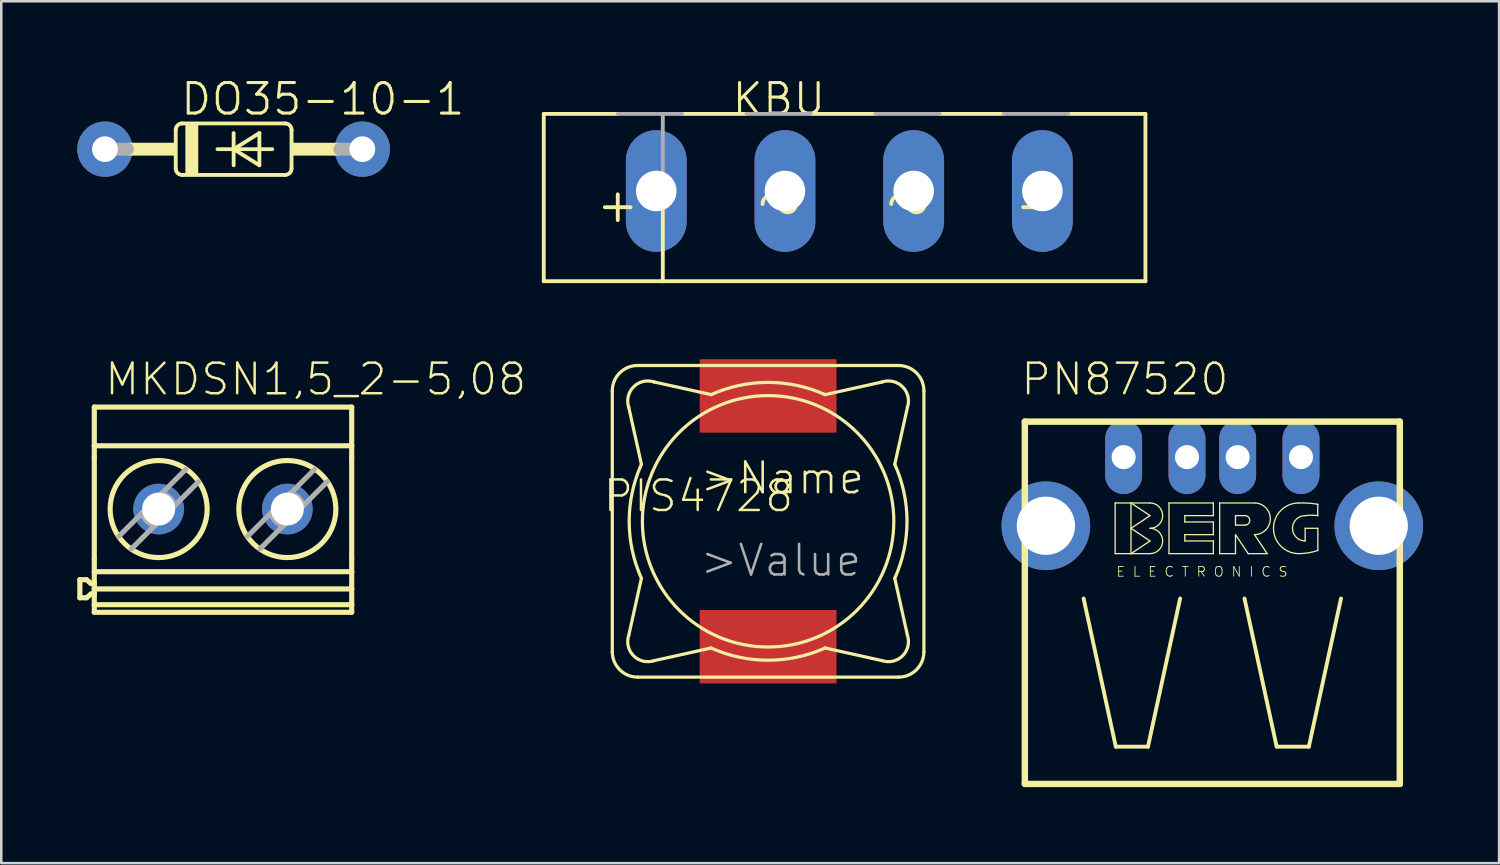
<source format=kicad_pcb>
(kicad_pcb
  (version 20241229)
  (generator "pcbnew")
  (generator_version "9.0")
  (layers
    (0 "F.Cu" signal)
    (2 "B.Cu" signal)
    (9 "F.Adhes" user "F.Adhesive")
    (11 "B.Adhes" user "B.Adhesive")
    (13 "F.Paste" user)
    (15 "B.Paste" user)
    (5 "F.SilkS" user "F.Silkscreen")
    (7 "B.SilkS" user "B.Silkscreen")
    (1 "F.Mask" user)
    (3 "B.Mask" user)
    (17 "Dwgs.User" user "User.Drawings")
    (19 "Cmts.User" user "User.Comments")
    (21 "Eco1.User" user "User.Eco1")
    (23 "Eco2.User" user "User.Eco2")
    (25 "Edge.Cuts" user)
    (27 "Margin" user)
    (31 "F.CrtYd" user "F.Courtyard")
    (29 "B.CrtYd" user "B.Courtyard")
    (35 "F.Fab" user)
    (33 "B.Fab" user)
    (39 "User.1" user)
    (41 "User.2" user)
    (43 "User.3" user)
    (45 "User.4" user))
  (footprint "KBU"
    (layer "F.Cu")
    (at 30.474 7.029)
    (property "Reference" "KBU" (at -4.699 -5.461 180) (layer "F.SilkS") (effects (font (size 1.206 1.206) (thickness 0.121)) (justify left bottom)))
    (attr through_hole)
    (fp_line (start -12.061 -5.583) (end -9.14 -5.583) (stroke (width 0.152) (type solid)) (layer "F.SilkS"))
    (fp_line (start -12.061 1.021) (end -12.061 -5.583) (stroke (width 0.152) (type solid)) (layer "F.SilkS"))
    (fp_line (start -12.061 1.021) (end -7.362 1.021) (stroke (width 0.152) (type solid)) (layer "F.SilkS"))
    (fp_line (start -9.648 -1.9) (end -8.632 -1.9) (stroke (width 0.152) (type solid)) (layer "F.SilkS"))
    (fp_line (start -9.14 -1.392) (end -9.14 -2.408) (stroke (width 0.152) (type solid)) (layer "F.SilkS"))
    (fp_line (start -7.362 -2.662) (end -7.362 1.021) (stroke (width 0.152) (type solid)) (layer "F.SilkS"))
    (fp_line (start -7.362 1.021) (end 11.688 1.021) (stroke (width 0.152) (type solid)) (layer "F.SilkS"))
    (fp_line (start -4.06 -5.583) (end -6.6 -5.583) (stroke (width 0.152) (type solid)) (layer "F.SilkS"))
    (fp_line (start -1.52 -5.583) (end 1.02 -5.583) (stroke (width 0.152) (type solid)) (layer "F.SilkS"))
    (fp_line (start 3.56 -5.583) (end 6.1 -5.583) (stroke (width 0.152) (type solid)) (layer "F.SilkS"))
    (fp_line (start 6.862 -1.9) (end 7.878 -1.9) (stroke (width 0.152) (type solid)) (layer "F.SilkS"))
    (fp_line (start 8.64 -5.583) (end 11.688 -5.583) (stroke (width 0.152) (type solid)) (layer "F.SilkS"))
    (fp_line (start 11.688 -5.583) (end 11.688 1.021) (stroke (width 0.152) (type solid)) (layer "F.SilkS"))
    (fp_arc (start -3.425 -2.027) (mid -3.094799 -2.357199) (end -2.7646 -2.026998) (stroke (width 0.1524) (type solid)) (layer "F.SilkS"))
    (fp_arc (start -2.1042 -2.027) (mid -2.4344 -1.6968) (end -2.7646 -2.027) (stroke (width 0.1524) (type solid)) (layer "F.SilkS"))
    (fp_arc (start 1.655 -2.027) (mid 1.985201 -2.357199) (end 2.3154 -2.026998) (stroke (width 0.1524) (type solid)) (layer "F.SilkS"))
    (fp_arc (start 2.9758 -2.027) (mid 2.6456 -1.6968) (end 2.3154 -2.027) (stroke (width 0.1524) (type solid)) (layer "F.SilkS"))
    (fp_line (start -9.14 -5.583) (end -7.362 -5.583) (stroke (width 0.152) (type solid)) (layer "F.Fab"))
    (fp_line (start -7.362 -5.583) (end -7.362 -2.662) (stroke (width 0.152) (type solid)) (layer "F.Fab"))
    (fp_line (start -7.362 -5.583) (end -6.6 -5.583) (stroke (width 0.152) (type solid)) (layer "F.Fab"))
    (fp_line (start -1.52 -5.583) (end -4.06 -5.583) (stroke (width 0.152) (type solid)) (layer "F.Fab"))
    (fp_line (start 3.56 -5.583) (end 1.02 -5.583) (stroke (width 0.152) (type solid)) (layer "F.Fab"))
    (fp_line (start 8.64 -5.583) (end 6.1 -5.583) (stroke (width 0.152) (type solid)) (layer "F.Fab"))
    (pad "+" thru_hole oval (at -7.62 -2.54 90) (size 4.801 2.4) (drill 1.6) (layers "*.Cu" "*.Mask"))
    (pad "-" thru_hole oval (at 7.62 -2.54 90) (size 4.801 2.4) (drill 1.6) (layers "*.Cu" "*.Mask"))
    (pad "AC1" thru_hole oval (at -2.54 -2.54 90) (size 4.801 2.4) (drill 1.6) (layers "*.Cu" "*.Mask"))
    (pad "AC2" thru_hole oval (at 2.54 -2.54 90) (size 4.801 2.4) (drill 1.6) (layers "*.Cu" "*.Mask")))
  (footprint "PIS4728"
    (layer "F.Cu")
    (at 27.268 17.527)
    (property "Reference" "PIS4728" (at -2.75 -1 0) (layer "F.SilkS") (effects (font (size 1.206 1.206) (thickness 0.097))))
    (attr through_hole)
    (fp_line (start -6.15 5.15) (end -6.15 -5.15) (stroke (width 0.127) (type solid)) (layer "F.SilkS"))
    (fp_line (start -5.15 -6.15) (end 5.15 -6.15) (stroke (width 0.127) (type solid)) (layer "F.SilkS"))
    (fp_line (start -5 -2.25) (end -5.5 -4.5) (stroke (width 0.127) (type solid)) (layer "F.SilkS"))
    (fp_line (start -5 2.25) (end -5.5 4.5) (stroke (width 0.127) (type solid)) (layer "F.SilkS"))
    (fp_line (start -2.25 -5) (end -4.5 -5.5) (stroke (width 0.127) (type solid)) (layer "F.SilkS"))
    (fp_line (start -2.25 5) (end -4.5 5.5) (stroke (width 0.127) (type solid)) (layer "F.SilkS"))
    (fp_line (start 2.25 -5) (end 4.5 -5.5) (stroke (width 0.127) (type solid)) (layer "F.SilkS"))
    (fp_line (start 2.25 5) (end 4.5 5.5) (stroke (width 0.127) (type solid)) (layer "F.SilkS"))
    (fp_line (start 5 -2.25) (end 5.5 -4.5) (stroke (width 0.127) (type solid)) (layer "F.SilkS"))
    (fp_line (start 5 2.25) (end 5.5 4.5) (stroke (width 0.127) (type solid)) (layer "F.SilkS"))
    (fp_line (start 5.15 6.15) (end -5.15 6.15) (stroke (width 0.127) (type solid)) (layer "F.SilkS"))
    (fp_line (start 6.15 -5.15) (end 6.15 5.15) (stroke (width 0.127) (type solid)) (layer "F.SilkS"))
    (fp_arc (start -6.15 -5.15) (mid -5.857107 -5.857107) (end -5.15 -6.15) (stroke (width 0.127) (type solid)) (layer "F.SilkS"))
    (fp_arc (start -5.5 -4.5) (mid -5.309017 -5.309017) (end -4.5 -5.5) (stroke (width 0.127) (type solid)) (layer "F.SilkS"))
    (fp_arc (start -5.15 6.15) (mid -5.857107 5.857107) (end -6.15 5.15) (stroke (width 0.127) (type solid)) (layer "F.SilkS"))
    (fp_arc (start -5 2.25) (mid -5.482928 0) (end -5 -2.25) (stroke (width 0.127) (type solid)) (layer "F.SilkS"))
    (fp_arc (start -4.5 5.5) (mid -5.309017 5.309017) (end -5.5 4.5) (stroke (width 0.127) (type solid)) (layer "F.SilkS"))
    (fp_arc (start -2.25 -5) (mid 0 -5.482928) (end 2.25 -5) (stroke (width 0.127) (type solid)) (layer "F.SilkS"))
    (fp_arc (start 2.25 5) (mid 0 5.482928) (end -2.25 5) (stroke (width 0.127) (type solid)) (layer "F.SilkS"))
    (fp_arc (start 4.5 -5.5) (mid 5.309017 -5.309017) (end 5.5 -4.5) (stroke (width 0.127) (type solid)) (layer "F.SilkS"))
    (fp_arc (start 5 -2.25) (mid 5.482928 0) (end 5 2.25) (stroke (width 0.127) (type solid)) (layer "F.SilkS"))
    (fp_arc (start 5.15 -6.15) (mid 5.857107 -5.857107) (end 6.15 -5.15) (stroke (width 0.127) (type solid)) (layer "F.SilkS"))
    (fp_arc (start 5.5 4.5) (mid 5.309017 5.309017) (end 4.5 5.5) (stroke (width 0.127) (type solid)) (layer "F.SilkS"))
    (fp_arc (start 6.15 5.15) (mid 5.857107 5.857107) (end 5.15 6.15) (stroke (width 0.127) (type solid)) (layer "F.SilkS"))
    (fp_circle (center 0 0) (end 4.962 0) (stroke (width 0.127) (type solid)) (fill no) (layer "F.SilkS"))
    (fp_text user ">Name" (at -2.75 -1 0) (layer "F.SilkS") (effects (font (size 1.206 1.206) (thickness 0.102)) (justify left bottom)))
    (fp_text user ">Value" (at -2.75 2.25 0) (layer "F.Fab") (effects (font (size 1.206 1.206) (thickness 0.102)) (justify left bottom)))
    (pad "P$1" smd rect (at 0 -4.95) (size 5.4 2.9) (layers "F.Cu" "F.Mask" "F.Paste"))
    (pad "P$2" smd rect (at 0 4.95) (size 5.4 2.9) (layers "F.Cu" "F.Mask" "F.Paste")))
  (footprint "DO35-10-1"
    (layer "F.Cu")
    (at 6.172 2.838)
    (property "Reference" "DO35-10-1" (at -2.159 -1.27 180) (layer "F.SilkS") (effects (font (size 1.206 1.206) (thickness 0.121)) (justify left bottom)))
    (attr through_hole)
    (fp_line (start -2.286 -0.762) (end -2.286 0.762) (stroke (width 0.152) (type solid)) (layer "F.SilkS"))
    (fp_line (start -2.032 -1.016) (end 2.032 -1.016) (stroke (width 0.152) (type solid)) (layer "F.SilkS"))
    (fp_line (start -2.032 1.016) (end 2.032 1.016) (stroke (width 0.152) (type solid)) (layer "F.SilkS"))
    (fp_line (start -0.635 0) (end 0 0) (stroke (width 0.152) (type solid)) (layer "F.SilkS"))
    (fp_line (start 0 -0.635) (end 0 0) (stroke (width 0.152) (type solid)) (layer "F.SilkS"))
    (fp_line (start 0 0) (end 0 0.635) (stroke (width 0.152) (type solid)) (layer "F.SilkS"))
    (fp_line (start 0 0) (end 1.016 -0.635) (stroke (width 0.152) (type solid)) (layer "F.SilkS"))
    (fp_line (start 0 0) (end 1.524 0) (stroke (width 0.152) (type solid)) (layer "F.SilkS"))
    (fp_line (start 1.016 -0.635) (end 1.016 0.635) (stroke (width 0.152) (type solid)) (layer "F.SilkS"))
    (fp_line (start 1.016 0.635) (end 0 0) (stroke (width 0.152) (type solid)) (layer "F.SilkS"))
    (fp_line (start 2.286 0.762) (end 2.286 -0.762) (stroke (width 0.152) (type solid)) (layer "F.SilkS"))
    (fp_arc (start -2.286 -0.762) (mid -2.211605 -0.941605) (end -2.032 -1.016) (stroke (width 0.1524) (type solid)) (layer "F.SilkS"))
    (fp_arc (start -2.032 1.016) (mid -2.211605 0.941605) (end -2.286 0.762) (stroke (width 0.1524) (type solid)) (layer "F.SilkS"))
    (fp_arc (start 2.032 -1.016) (mid 2.211605 -0.941605) (end 2.286 -0.762) (stroke (width 0.1524) (type solid)) (layer "F.SilkS"))
    (fp_arc (start 2.286 0.762) (mid 2.211605 0.941605) (end 2.032 1.016) (stroke (width 0.1524) (type solid)) (layer "F.SilkS"))
    (fp_poly (pts (xy -4.191 0.254) (xy -2.286 0.254) (xy -2.286 -0.254) (xy -4.191 -0.254)) (stroke (width 0) (type solid)) (fill yes) (layer "F.SilkS"))
    (fp_poly (pts (xy -1.905 1.016) (xy -1.397 1.016) (xy -1.397 -1.016) (xy -1.905 -1.016)) (stroke (width 0) (type solid)) (fill yes) (layer "F.SilkS"))
    (fp_poly (pts (xy 2.286 0.254) (xy 4.191 0.254) (xy 4.191 -0.254) (xy 2.286 -0.254)) (stroke (width 0) (type solid)) (fill yes) (layer "F.SilkS"))
    (fp_line (start -5.08 0) (end -4.191 0) (stroke (width 0.508) (type solid)) (layer "F.Fab"))
    (fp_line (start 5.08 0) (end 4.191 0) (stroke (width 0.508) (type solid)) (layer "F.Fab"))
    (pad "A" thru_hole circle (at 5.08 0) (size 2.184 2.184) (drill 1.016) (layers "*.Cu" "*.Mask"))
    (pad "C" thru_hole circle (at -5.08 0) (size 2.184 2.184) (drill 1.016) (layers "*.Cu" "*.Mask")))
  (footprint "PN87520"
    (layer "F.Cu")
    (at 44.802 17.703)
    (property "Reference" "PN87520" (at -7.62 -5.08 0) (layer "F.SilkS") (effects (font (size 1.206 1.206) (thickness 0.097)) (justify left bottom)))
    (attr through_hole)
    (fp_line (start -7.4 -4.11) (end -7.4 10.19) (stroke (width 0.254) (type solid)) (layer "F.SilkS"))
    (fp_line (start -7.4 10.19) (end 7.4 10.19) (stroke (width 0.254) (type solid)) (layer "F.SilkS"))
    (fp_line (start -5.08 2.87) (end -3.81 8.72) (stroke (width 0.152) (type solid)) (layer "F.SilkS"))
    (fp_line (start -3.835 -0.9) (end -3.835 1.1) (stroke (width 0.051) (type solid)) (layer "F.SilkS"))
    (fp_line (start -3.835 1.1) (end -3.21 1.1) (stroke (width 0.051) (type solid)) (layer "F.SilkS"))
    (fp_line (start -3.81 8.72) (end -2.54 8.72) (stroke (width 0.152) (type solid)) (layer "F.SilkS"))
    (fp_line (start -3.21 -0.9) (end -3.835 -0.9) (stroke (width 0.051) (type solid)) (layer "F.SilkS"))
    (fp_line (start -3.21 -0.9) (end -2.46 -0.4) (stroke (width 0.051) (type solid)) (layer "F.SilkS"))
    (fp_line (start -3.21 0.1) (end -3.21 -0.9) (stroke (width 0.051) (type solid)) (layer "F.SilkS"))
    (fp_line (start -3.21 0.1) (end -2.46 0.6) (stroke (width 0.051) (type solid)) (layer "F.SilkS"))
    (fp_line (start -3.21 1.1) (end -3.21 0.1) (stroke (width 0.051) (type solid)) (layer "F.SilkS"))
    (fp_line (start -2.54 8.72) (end -1.27 2.87) (stroke (width 0.152) (type solid)) (layer "F.SilkS"))
    (fp_line (start -2.46 -0.9) (end -3.21 -0.9) (stroke (width 0.051) (type solid)) (layer "F.SilkS"))
    (fp_line (start -2.46 -0.4) (end -3.21 0.1) (stroke (width 0.051) (type solid)) (layer "F.SilkS"))
    (fp_line (start -2.46 0.6) (end -3.21 1.1) (stroke (width 0.051) (type solid)) (layer "F.SilkS"))
    (fp_line (start -2.46 1.1) (end -3.21 1.1) (stroke (width 0.051) (type solid)) (layer "F.SilkS"))
    (fp_line (start -1.71 -0.9) (end -1.71 1.1) (stroke (width 0.051) (type solid)) (layer "F.SilkS"))
    (fp_line (start -1.71 1.1) (end 0.04 1.1) (stroke (width 0.051) (type solid)) (layer "F.SilkS"))
    (fp_line (start -1.085 -0.4) (end 0.04 -0.4) (stroke (width 0.051) (type solid)) (layer "F.SilkS"))
    (fp_line (start -1.085 -0.15) (end -1.085 -0.4) (stroke (width 0.051) (type solid)) (layer "F.SilkS"))
    (fp_line (start -1.085 0.35) (end 0.04 0.35) (stroke (width 0.051) (type solid)) (layer "F.SilkS"))
    (fp_line (start -1.085 0.6) (end -1.085 0.35) (stroke (width 0.051) (type solid)) (layer "F.SilkS"))
    (fp_line (start 0.04 -0.9) (end -1.71 -0.9) (stroke (width 0.051) (type solid)) (layer "F.SilkS"))
    (fp_line (start 0.04 -0.4) (end 0.04 -0.9) (stroke (width 0.051) (type solid)) (layer "F.SilkS"))
    (fp_line (start 0.04 -0.15) (end -1.085 -0.15) (stroke (width 0.051) (type solid)) (layer "F.SilkS"))
    (fp_line (start 0.04 0.35) (end 0.04 -0.15) (stroke (width 0.051) (type solid)) (layer "F.SilkS"))
    (fp_line (start 0.04 0.6) (end -1.085 0.6) (stroke (width 0.051) (type solid)) (layer "F.SilkS"))
    (fp_line (start 0.04 1.1) (end 0.04 0.6) (stroke (width 0.051) (type solid)) (layer "F.SilkS"))
    (fp_line (start 0.29 -0.9) (end 0.29 1.1) (stroke (width 0.051) (type solid)) (layer "F.SilkS"))
    (fp_line (start 0.29 -0.9) (end 1.665 -0.9) (stroke (width 0.051) (type solid)) (layer "F.SilkS"))
    (fp_line (start 0.29 1.1) (end 0.915 1.1) (stroke (width 0.051) (type solid)) (layer "F.SilkS"))
    (fp_line (start 0.915 -0.4) (end 0.915 -0.025) (stroke (width 0.051) (type solid)) (layer "F.SilkS"))
    (fp_line (start 0.915 -0.4) (end 1.29 -0.4) (stroke (width 0.051) (type solid)) (layer "F.SilkS"))
    (fp_line (start 0.915 -0.025) (end 1.29 -0.025) (stroke (width 0.051) (type solid)) (layer "F.SilkS"))
    (fp_line (start 0.915 0.35) (end 1.415 1.1) (stroke (width 0.051) (type solid)) (layer "F.SilkS"))
    (fp_line (start 0.915 1.1) (end 0.915 0.35) (stroke (width 0.051) (type solid)) (layer "F.SilkS"))
    (fp_line (start 1.27 2.87) (end 2.54 8.72) (stroke (width 0.152) (type solid)) (layer "F.SilkS"))
    (fp_line (start 1.415 1.1) (end 2.165 1.1) (stroke (width 0.051) (type solid)) (layer "F.SilkS"))
    (fp_line (start 2.165 1.1) (end 1.665 0.35) (stroke (width 0.051) (type solid)) (layer "F.SilkS"))
    (fp_line (start 2.54 8.72) (end 3.81 8.72) (stroke (width 0.152) (type solid)) (layer "F.SilkS"))
    (fp_line (start 3.665 0.1) (end 3.665 0.6) (stroke (width 0.051) (type solid)) (layer "F.SilkS"))
    (fp_line (start 3.665 0.1) (end 4.165 0.1) (stroke (width 0.051) (type solid)) (layer "F.SilkS"))
    (fp_line (start 3.81 8.72) (end 5.08 2.87) (stroke (width 0.152) (type solid)) (layer "F.SilkS"))
    (fp_line (start 4.16 -0.4) (end 4.16 -0.845) (stroke (width 0.051) (type solid)) (layer "F.SilkS"))
    (fp_line (start 4.165 0.1) (end 4.165 0.975) (stroke (width 0.051) (type solid)) (layer "F.SilkS"))
    (fp_line (start 7.4 -4.11) (end -7.4 -4.11) (stroke (width 0.254) (type solid)) (layer "F.SilkS"))
    (fp_line (start 7.4 10.19) (end 7.4 -4.11) (stroke (width 0.254) (type solid)) (layer "F.SilkS"))
    (fp_arc (start -2.46 -0.9) (mid -1.96 -0.4) (end -2.46 0.1) (stroke (width 0.0508) (type solid)) (layer "F.SilkS"))
    (fp_arc (start -2.46 0.1) (mid -1.96 0.6) (end -2.46 1.1) (stroke (width 0.0508) (type solid)) (layer "F.SilkS"))
    (fp_arc (start 1.29 -0.4) (mid 1.4775 -0.2125) (end 1.29 -0.025) (stroke (width 0.0508) (type solid)) (layer "F.SilkS"))
    (fp_arc (start 1.665 -0.9) (mid 2.29 -0.275) (end 1.665 0.35) (stroke (width 0.0508) (type solid)) (layer "F.SilkS"))
    (fp_arc (start 3.415 -0.9) (mid 3.796448 -0.892513) (end 4.175 -0.845) (stroke (width 0.0508) (type solid)) (layer "F.SilkS"))
    (fp_arc (start 3.415 1.1) (mid 2.415 0.1) (end 3.415 -0.9) (stroke (width 0.0508) (type solid)) (layer "F.SilkS"))
    (fp_arc (start 3.665 -0.4) (mid 3.915 -0.416593) (end 4.165 -0.4) (stroke (width 0.0508) (type solid)) (layer "F.SilkS"))
    (fp_arc (start 3.665 0.6) (mid 3.165 0.1) (end 3.665 -0.4) (stroke (width 0.0508) (type solid)) (layer "F.SilkS"))
    (fp_arc (start 4.165 0.975) (mid 3.795035 1.06771) (end 3.415 1.1) (stroke (width 0.0508) (type solid)) (layer "F.SilkS"))
    (fp_text user "E L E C T R O N I C S" (at -3.81 2.04 0) (layer "F.SilkS") (effects (font (size 0.386 0.386) (thickness 0.033)) (justify left bottom)))
    (pad "" thru_hole circle (at -6.57 0) (size 3.5 3.5) (drill 2.3) (layers "*.Cu" "*.Mask"))
    (pad "" thru_hole circle (at 6.57 0) (size 3.5 3.5) (drill 2.3) (layers "*.Cu" "*.Mask"))
    (pad "1" thru_hole oval (at -3.5 -2.71 90) (size 2.916 1.458) (drill 0.95) (layers "*.Cu" "*.Mask"))
    (pad "2" thru_hole oval (at -1 -2.71 90) (size 2.916 1.458) (drill 0.95) (layers "*.Cu" "*.Mask"))
    (pad "3" thru_hole oval (at 1 -2.71 90) (size 2.916 1.458) (drill 0.95) (layers "*.Cu" "*.Mask"))
    (pad "4" thru_hole oval (at 3.5 -2.71 90) (size 2.916 1.458) (drill 0.95) (layers "*.Cu" "*.Mask")))
  (footprint "MKDSN1,5_2-5,08"
    (layer "F.Cu")
    (at 5.773 17.068)
    (property "Reference" "MKDSN1,5_2-5,08" (at -4.751 -4.445 180) (layer "F.SilkS") (effects (font (size 1.206 1.206) (thickness 0.097)) (justify left bottom)))
    (attr through_hole)
    (fp_line (start -5.671 2.763) (end -5.671 3.477) (stroke (width 0.203) (type solid)) (layer "F.SilkS"))
    (fp_line (start -5.671 2.763) (end -5.408 2.763) (stroke (width 0.203) (type solid)) (layer "F.SilkS"))
    (fp_line (start -5.671 3.477) (end -5.408 3.477) (stroke (width 0.203) (type solid)) (layer "F.SilkS"))
    (fp_line (start -5.408 2.763) (end -5.23 2.913) (stroke (width 0.203) (type solid)) (layer "F.SilkS"))
    (fp_line (start -5.23 2.913) (end -5.101 2.913) (stroke (width 0.203) (type solid)) (layer "F.SilkS"))
    (fp_line (start -5.23 3.327) (end -5.408 3.477) (stroke (width 0.203) (type solid)) (layer "F.SilkS"))
    (fp_line (start -5.101 -4.05) (end 5.059 -4.05) (stroke (width 0.203) (type solid)) (layer "F.SilkS"))
    (fp_line (start -5.101 -2.524) (end -5.101 -4.05) (stroke (width 0.203) (type solid)) (layer "F.SilkS"))
    (fp_line (start -5.101 -2.524) (end -5.101 -2.041) (stroke (width 0.203) (type solid)) (layer "F.SilkS"))
    (fp_line (start -5.101 -2.524) (end 5.059 -2.524) (stroke (width 0.203) (type solid)) (layer "F.SilkS"))
    (fp_line (start -5.101 1.956) (end -5.101 -2.041) (stroke (width 0.203) (type solid)) (layer "F.SilkS"))
    (fp_line (start -5.101 1.956) (end -5.101 2.448) (stroke (width 0.203) (type solid)) (layer "F.SilkS"))
    (fp_line (start -5.101 2.913) (end -5.101 2.448) (stroke (width 0.203) (type solid)) (layer "F.SilkS"))
    (fp_line (start -5.101 3.128) (end -5.101 2.913) (stroke (width 0.203) (type solid)) (layer "F.SilkS"))
    (fp_line (start -5.101 3.128) (end 5.059 3.128) (stroke (width 0.203) (type solid)) (layer "F.SilkS"))
    (fp_line (start -5.101 3.327) (end -5.23 3.327) (stroke (width 0.203) (type solid)) (layer "F.SilkS"))
    (fp_line (start -5.101 3.327) (end -5.101 3.128) (stroke (width 0.203) (type solid)) (layer "F.SilkS"))
    (fp_line (start -5.101 3.75) (end -5.101 3.327) (stroke (width 0.203) (type solid)) (layer "F.SilkS"))
    (fp_line (start -5.101 3.75) (end -5.101 4.05) (stroke (width 0.203) (type solid)) (layer "F.SilkS"))
    (fp_line (start -5.101 4.05) (end 5.059 4.05) (stroke (width 0.203) (type solid)) (layer "F.SilkS"))
    (fp_line (start 5.059 -2.524) (end 5.059 -4.05) (stroke (width 0.203) (type solid)) (layer "F.SilkS"))
    (fp_line (start 5.059 -2.524) (end 5.059 -2.041) (stroke (width 0.203) (type solid)) (layer "F.SilkS"))
    (fp_line (start 5.059 1.956) (end 5.059 -2.041) (stroke (width 0.203) (type solid)) (layer "F.SilkS"))
    (fp_line (start 5.059 1.956) (end 5.059 2.448) (stroke (width 0.203) (type solid)) (layer "F.SilkS"))
    (fp_line (start 5.059 2.448) (end -5.101 2.448) (stroke (width 0.203) (type solid)) (layer "F.SilkS"))
    (fp_line (start 5.059 3.128) (end 5.059 2.448) (stroke (width 0.203) (type solid)) (layer "F.SilkS"))
    (fp_line (start 5.059 3.75) (end -5.101 3.75) (stroke (width 0.203) (type solid)) (layer "F.SilkS"))
    (fp_line (start 5.059 3.75) (end 5.059 3.128) (stroke (width 0.203) (type solid)) (layer "F.SilkS"))
    (fp_line (start 5.059 3.75) (end 5.059 4.05) (stroke (width 0.203) (type solid)) (layer "F.SilkS"))
    (fp_circle (center -2.561 -0.025) (end -0.646 -0.025) (stroke (width 0.203) (type solid)) (fill no) (layer "F.SilkS"))
    (fp_circle (center 2.519 -0.025) (end 4.434 -0.025) (stroke (width 0.203) (type solid)) (fill no) (layer "F.SilkS"))
    (fp_line (start -4.129 1.048) (end -3.2 0.119) (stroke (width 0.203) (type solid)) (layer "F.Fab"))
    (fp_line (start -3.2 0.119) (end -2.561 -0.52) (stroke (width 0.203) (type solid)) (layer "F.Fab"))
    (fp_line (start -2.721 0.63) (end -3.634 1.543) (stroke (width 0.203) (type solid)) (layer "F.Fab"))
    (fp_line (start -2.561 -0.52) (end -2.442 -0.639) (stroke (width 0.203) (type solid)) (layer "F.Fab"))
    (fp_line (start -2.561 0.47) (end -2.721 0.63) (stroke (width 0.203) (type solid)) (layer "F.Fab"))
    (fp_line (start -2.442 -0.639) (end -1.488 -1.593) (stroke (width 0.203) (type solid)) (layer "F.Fab"))
    (fp_line (start -1.931 -0.16) (end -2.561 0.47) (stroke (width 0.203) (type solid)) (layer "F.Fab"))
    (fp_line (start -0.993 -1.098) (end -1.931 -0.16) (stroke (width 0.203) (type solid)) (layer "F.Fab"))
    (fp_line (start 0.951 1.048) (end 1.88 0.119) (stroke (width 0.203) (type solid)) (layer "F.Fab"))
    (fp_line (start 1.88 0.119) (end 2.519 -0.52) (stroke (width 0.203) (type solid)) (layer "F.Fab"))
    (fp_line (start 2.359 0.63) (end 1.446 1.543) (stroke (width 0.203) (type solid)) (layer "F.Fab"))
    (fp_line (start 2.519 -0.52) (end 2.638 -0.639) (stroke (width 0.203) (type solid)) (layer "F.Fab"))
    (fp_line (start 2.519 0.47) (end 2.359 0.63) (stroke (width 0.203) (type solid)) (layer "F.Fab"))
    (fp_line (start 2.638 -0.639) (end 3.592 -1.593) (stroke (width 0.203) (type solid)) (layer "F.Fab"))
    (fp_line (start 3.149 -0.16) (end 2.519 0.47) (stroke (width 0.203) (type solid)) (layer "F.Fab"))
    (fp_line (start 4.087 -1.098) (end 3.149 -0.16) (stroke (width 0.203) (type solid)) (layer "F.Fab"))
    (fp_arc (start -2.721099 0.63) (mid -3.035315 0.444537) (end -3.2001 0.119) (stroke (width 0.2032) (type solid)) (layer "F.Fab"))
    (fp_arc (start -2.4421 -0.639) (mid -2.116563 -0.474216) (end -1.9311 -0.16) (stroke (width 0.2032) (type solid)) (layer "F.Fab"))
    (fp_arc (start 2.3589 0.629999) (mid 2.044684 0.444536) (end 1.8799 0.119) (stroke (width 0.2032) (type solid)) (layer "F.Fab"))
    (fp_arc (start 2.6379 -0.639001) (mid 2.963437 -0.474216) (end 3.1489 -0.16) (stroke (width 0.2032) (type solid)) (layer "F.Fab"))
    (pad "1" thru_hole circle (at -2.561 -0.025) (size 2 2) (drill 1.3) (layers "*.Cu" "*.Mask"))
    (pad "2" thru_hole circle (at 2.519 -0.025) (size 2 2) (drill 1.3) (layers "*.Cu" "*.Mask")))
  (gr_rect
    (start -3 -3)
    (end 56.122 31.02)
    (stroke (width 0.1) (type default))
    (fill no)
    (layer "Edge.Cuts")))
</source>
